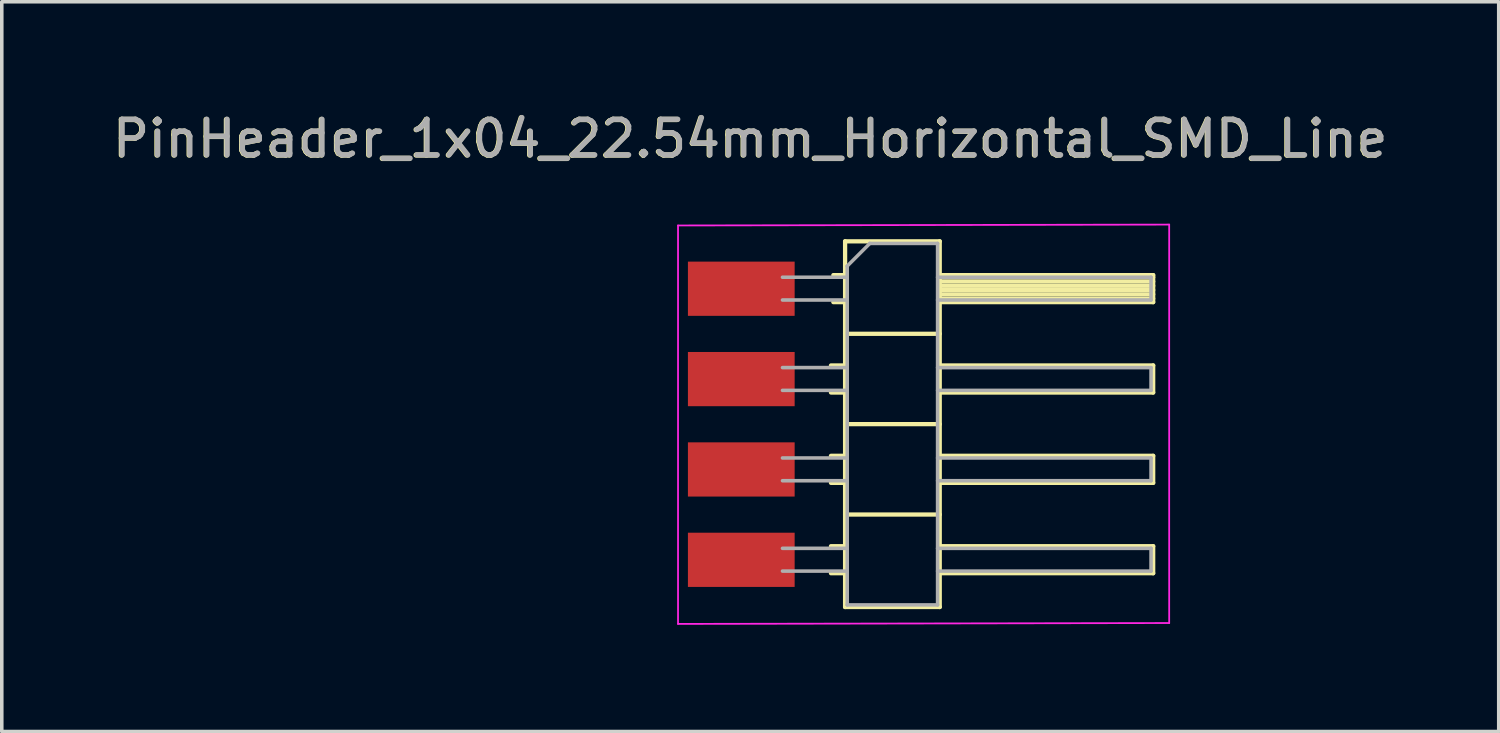
<source format=kicad_pcb>
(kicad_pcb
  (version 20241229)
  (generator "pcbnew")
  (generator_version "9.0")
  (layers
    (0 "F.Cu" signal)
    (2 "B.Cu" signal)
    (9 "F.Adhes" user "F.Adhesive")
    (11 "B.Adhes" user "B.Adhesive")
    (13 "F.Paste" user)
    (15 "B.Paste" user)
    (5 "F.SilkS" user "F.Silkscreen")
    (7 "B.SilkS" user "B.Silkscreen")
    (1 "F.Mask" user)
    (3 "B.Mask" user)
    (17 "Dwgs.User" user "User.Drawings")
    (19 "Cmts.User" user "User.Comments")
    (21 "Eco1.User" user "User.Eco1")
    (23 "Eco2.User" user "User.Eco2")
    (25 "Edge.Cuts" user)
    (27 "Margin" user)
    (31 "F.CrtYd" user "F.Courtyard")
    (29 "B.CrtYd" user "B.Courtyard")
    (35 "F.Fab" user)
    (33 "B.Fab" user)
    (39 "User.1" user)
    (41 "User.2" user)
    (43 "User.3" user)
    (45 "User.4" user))
  (footprint "PinHeader_1x04_22.54mm_Horizontal_SMD_Line"
    (layer "F.Cu")
    (at 17.787 5.066)
    (property "Reference" "PinHeader_1x04_22.54mm_Horizontal_SMD_Line" (at 0.243 -4.213 0) (unlocked yes) (layer "F.SilkS") (effects (font (size 1 1) (thickness 0.15))))
    (fp_line (start 2.521 2.157) (end 2.918 2.157) (stroke (width 0.12) (type solid)) (layer "F.SilkS"))
    (fp_line (start 2.521 2.917) (end 2.918 2.917) (stroke (width 0.12) (type solid)) (layer "F.SilkS"))
    (fp_line (start 2.521 4.697) (end 2.918 4.697) (stroke (width 0.12) (type solid)) (layer "F.SilkS"))
    (fp_line (start 2.521 5.457) (end 2.918 5.457) (stroke (width 0.12) (type solid)) (layer "F.SilkS"))
    (fp_line (start 2.521 7.237) (end 2.918 7.237) (stroke (width 0.12) (type solid)) (layer "F.SilkS"))
    (fp_line (start 2.521 7.997) (end 2.918 7.997) (stroke (width 0.12) (type solid)) (layer "F.SilkS"))
    (fp_line (start 2.588 -0.383) (end 2.918 -0.383) (stroke (width 0.12) (type solid)) (layer "F.SilkS"))
    (fp_line (start 2.588 0.377) (end 2.918 0.377) (stroke (width 0.12) (type solid)) (layer "F.SilkS"))
    (fp_line (start 2.918 -1.333) (end 2.918 8.947) (stroke (width 0.12) (type solid)) (layer "F.SilkS"))
    (fp_line (start 2.918 1.267) (end 5.578 1.267) (stroke (width 0.12) (type solid)) (layer "F.SilkS"))
    (fp_line (start 2.918 3.807) (end 5.578 3.807) (stroke (width 0.12) (type solid)) (layer "F.SilkS"))
    (fp_line (start 2.918 6.347) (end 5.578 6.347) (stroke (width 0.12) (type solid)) (layer "F.SilkS"))
    (fp_line (start 2.918 8.947) (end 5.578 8.947) (stroke (width 0.12) (type solid)) (layer "F.SilkS"))
    (fp_line (start 5.578 -1.333) (end 2.918 -1.333) (stroke (width 0.12) (type solid)) (layer "F.SilkS"))
    (fp_line (start 5.578 -0.383) (end 11.578 -0.383) (stroke (width 0.12) (type solid)) (layer "F.SilkS"))
    (fp_line (start 5.578 -0.323) (end 11.578 -0.323) (stroke (width 0.12) (type solid)) (layer "F.SilkS"))
    (fp_line (start 5.578 -0.203) (end 11.578 -0.203) (stroke (width 0.12) (type solid)) (layer "F.SilkS"))
    (fp_line (start 5.578 -0.083) (end 11.578 -0.083) (stroke (width 0.12) (type solid)) (layer "F.SilkS"))
    (fp_line (start 5.578 0.037) (end 11.578 0.037) (stroke (width 0.12) (type solid)) (layer "F.SilkS"))
    (fp_line (start 5.578 0.157) (end 11.578 0.157) (stroke (width 0.12) (type solid)) (layer "F.SilkS"))
    (fp_line (start 5.578 0.277) (end 11.578 0.277) (stroke (width 0.12) (type solid)) (layer "F.SilkS"))
    (fp_line (start 5.578 2.157) (end 11.578 2.157) (stroke (width 0.12) (type solid)) (layer "F.SilkS"))
    (fp_line (start 5.578 4.697) (end 11.578 4.697) (stroke (width 0.12) (type solid)) (layer "F.SilkS"))
    (fp_line (start 5.578 7.237) (end 11.578 7.237) (stroke (width 0.12) (type solid)) (layer "F.SilkS"))
    (fp_line (start 5.578 8.947) (end 5.578 -1.333) (stroke (width 0.12) (type solid)) (layer "F.SilkS"))
    (fp_line (start 11.578 -0.383) (end 11.578 0.377) (stroke (width 0.12) (type solid)) (layer "F.SilkS"))
    (fp_line (start 11.578 0.377) (end 5.578 0.377) (stroke (width 0.12) (type solid)) (layer "F.SilkS"))
    (fp_line (start 11.578 2.157) (end 11.578 2.917) (stroke (width 0.12) (type solid)) (layer "F.SilkS"))
    (fp_line (start 11.578 2.917) (end 5.578 2.917) (stroke (width 0.12) (type solid)) (layer "F.SilkS"))
    (fp_line (start 11.578 4.697) (end 11.578 5.457) (stroke (width 0.12) (type solid)) (layer "F.SilkS"))
    (fp_line (start 11.578 5.457) (end 5.578 5.457) (stroke (width 0.12) (type solid)) (layer "F.SilkS"))
    (fp_line (start 11.578 7.237) (end 11.578 7.997) (stroke (width 0.12) (type solid)) (layer "F.SilkS"))
    (fp_line (start 11.578 7.997) (end 5.578 7.997) (stroke (width 0.12) (type solid)) (layer "F.SilkS"))
    (fp_line (start -1.778 9.422) (end -1.778 -1.778) (stroke (width 0.05) (type solid)) (layer "F.CrtYd"))
    (fp_line (start 12.028 -1.803) (end -1.778 -1.778) (stroke (width 0.05) (type solid)) (layer "F.CrtYd"))
    (fp_line (start 12.028 9.397) (end -1.778 9.422) (stroke (width 0.05) (type solid)) (layer "F.CrtYd"))
    (fp_line (start 12.028 9.397) (end 12.028 -1.803) (stroke (width 0.05) (type solid)) (layer "F.CrtYd"))
    (fp_line (start 1.158 -0.323) (end 2.978 -0.323) (stroke (width 0.1) (type solid)) (layer "F.Fab"))
    (fp_line (start 1.158 0.317) (end 2.978 0.317) (stroke (width 0.1) (type solid)) (layer "F.Fab"))
    (fp_line (start 1.158 2.217) (end 2.978 2.217) (stroke (width 0.1) (type solid)) (layer "F.Fab"))
    (fp_line (start 1.158 2.857) (end 2.978 2.857) (stroke (width 0.1) (type solid)) (layer "F.Fab"))
    (fp_line (start 1.158 4.757) (end 2.978 4.757) (stroke (width 0.1) (type solid)) (layer "F.Fab"))
    (fp_line (start 1.158 5.397) (end 2.978 5.397) (stroke (width 0.1) (type solid)) (layer "F.Fab"))
    (fp_line (start 1.158 7.297) (end 2.978 7.297) (stroke (width 0.1) (type solid)) (layer "F.Fab"))
    (fp_line (start 1.158 7.937) (end 2.978 7.937) (stroke (width 0.1) (type solid)) (layer "F.Fab"))
    (fp_line (start 2.978 -0.638) (end 3.613 -1.273) (stroke (width 0.1) (type solid)) (layer "F.Fab"))
    (fp_line (start 2.978 8.887) (end 2.978 -0.638) (stroke (width 0.1) (type solid)) (layer "F.Fab"))
    (fp_line (start 3.613 -1.273) (end 5.518 -1.273) (stroke (width 0.1) (type solid)) (layer "F.Fab"))
    (fp_line (start 5.518 -1.273) (end 5.518 8.887) (stroke (width 0.1) (type solid)) (layer "F.Fab"))
    (fp_line (start 5.518 -0.323) (end 11.518 -0.323) (stroke (width 0.1) (type solid)) (layer "F.Fab"))
    (fp_line (start 5.518 0.317) (end 11.518 0.317) (stroke (width 0.1) (type solid)) (layer "F.Fab"))
    (fp_line (start 5.518 2.217) (end 11.518 2.217) (stroke (width 0.1) (type solid)) (layer "F.Fab"))
    (fp_line (start 5.518 2.857) (end 11.518 2.857) (stroke (width 0.1) (type solid)) (layer "F.Fab"))
    (fp_line (start 5.518 4.757) (end 11.518 4.757) (stroke (width 0.1) (type solid)) (layer "F.Fab"))
    (fp_line (start 5.518 5.397) (end 11.518 5.397) (stroke (width 0.1) (type solid)) (layer "F.Fab"))
    (fp_line (start 5.518 7.297) (end 11.518 7.297) (stroke (width 0.1) (type solid)) (layer "F.Fab"))
    (fp_line (start 5.518 7.937) (end 11.518 7.937) (stroke (width 0.1) (type solid)) (layer "F.Fab"))
    (fp_line (start 5.518 8.887) (end 2.978 8.887) (stroke (width 0.1) (type solid)) (layer "F.Fab"))
    (fp_line (start 11.518 -0.323) (end 11.518 0.317) (stroke (width 0.1) (type solid)) (layer "F.Fab"))
    (fp_line (start 11.518 2.217) (end 11.518 2.857) (stroke (width 0.1) (type solid)) (layer "F.Fab"))
    (fp_line (start 11.518 4.757) (end 11.518 5.397) (stroke (width 0.1) (type solid)) (layer "F.Fab"))
    (fp_line (start 11.518 7.297) (end 11.518 7.937) (stroke (width 0.1) (type solid)) (layer "F.Fab"))
    (fp_text user "${REFERENCE}" (at 0.261 -4.218 0) (layer "F.Fab") (effects (font (size 1 1) (thickness 0.15))))
    (pad "1" smd rect (at 0 0) (size 3 1.524) (layers "F.Cu" "F.Mask" "F.Paste"))
    (pad "2" smd rect (at 0 2.54) (size 3 1.524) (layers "F.Cu" "F.Mask" "F.Paste"))
    (pad "3" smd rect (at 0 5.08) (size 3 1.524) (layers "F.Cu" "F.Mask" "F.Paste"))
    (pad "4" smd rect (at 0 7.62) (size 3 1.524) (layers "F.Cu" "F.Mask" "F.Paste")))
  (gr_rect
    (start -3 -3)
    (end 39.078 17.513)
    (stroke (width 0.1) (type default))
    (fill no)
    (layer "Edge.Cuts")))
</source>
